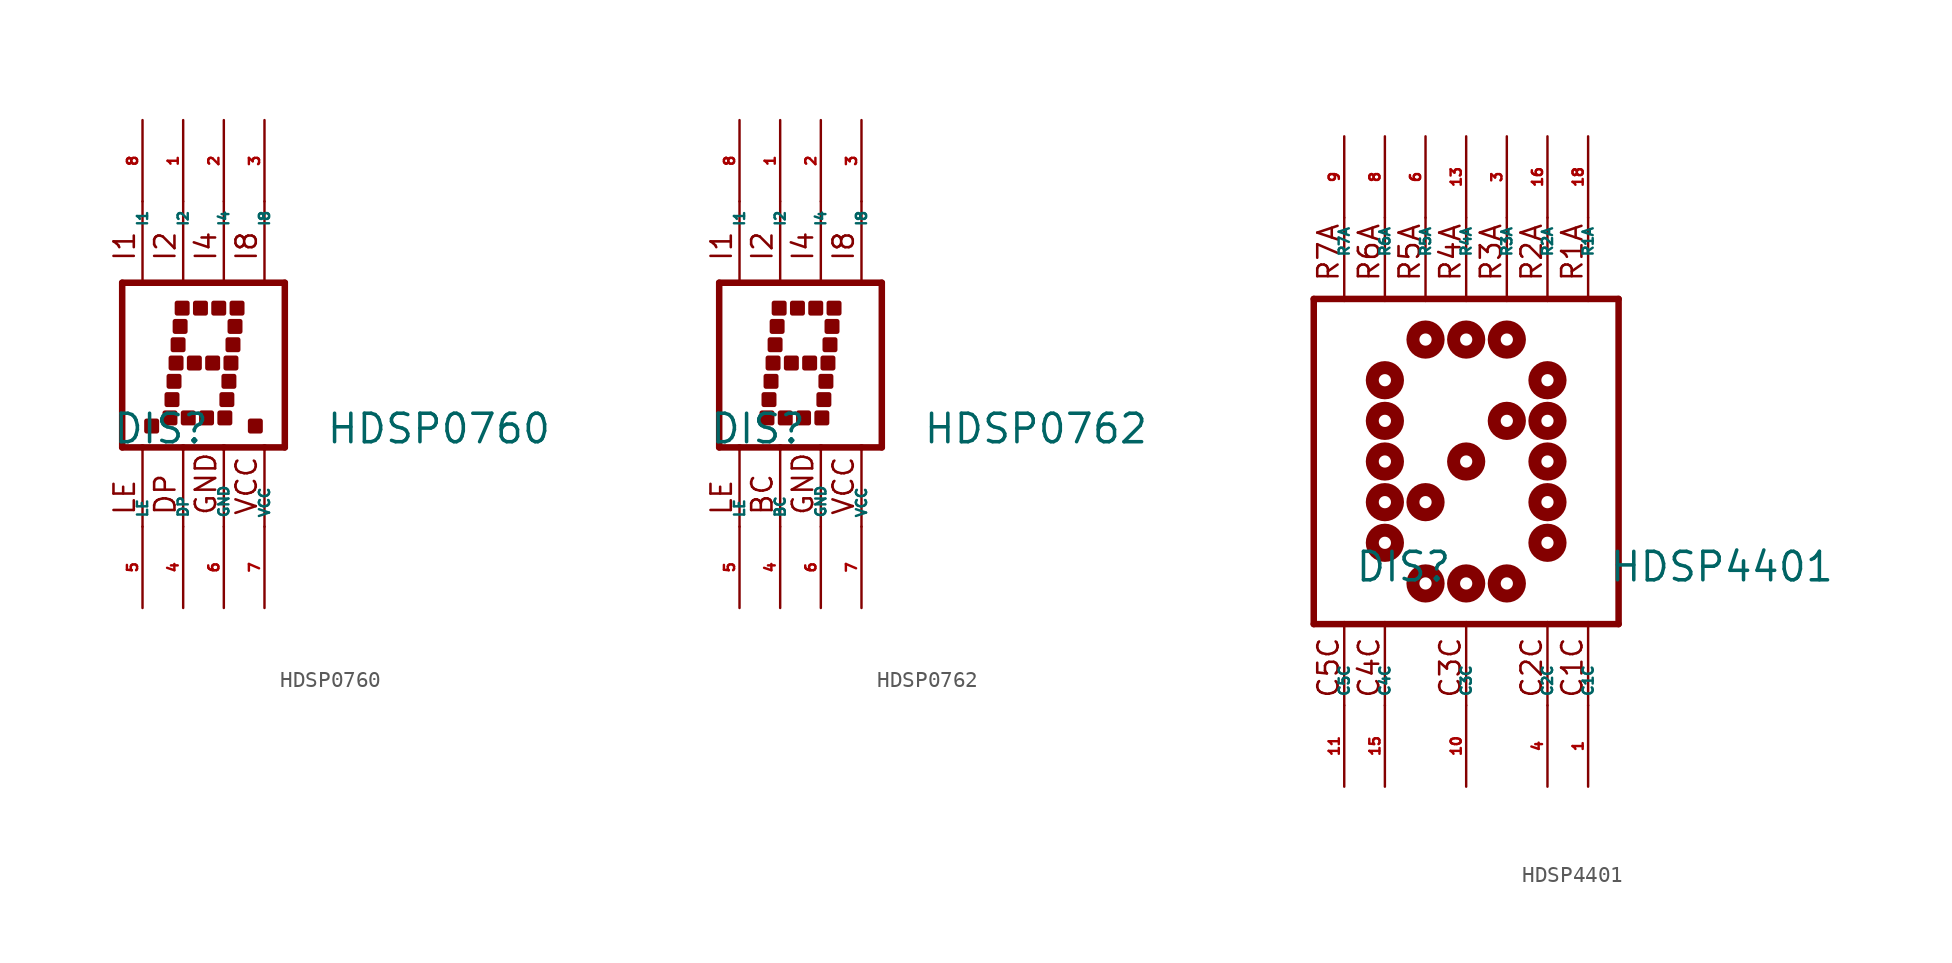
<source format=kicad_sym>
(kicad_symbol_lib
  (version 20220914)
  (generator Eagle2Kicad)
  (symbol "HDSP0760"
    (property "Reference" "DIS"
      (at -6.985 -5.08 0)
      (effects (font (size 1.778 1.778) (thickness 0.22)) (justify left bottom)))
    (property "Value" "HDSP0760"
      (at 6.35 -5.08 0)
      (effects (font (size 1.778 1.778) (thickness 0.22)) (justify left bottom)))
    (polyline
      (pts (xy -6.35 -5.207) (xy -5.08 -5.207))
      (stroke (width 0.406) (type default))
      (fill (type none)))
    (polyline
      (pts (xy -6.35 5.08) (xy 3.81 5.08))
      (stroke (width 0.406) (type default))
      (fill (type none)))
    (polyline
      (pts (xy -6.35 -5.207) (xy -6.35 5.08))
      (stroke (width 0.406) (type default))
      (fill (type none)))
    (polyline
      (pts (xy 3.81 5.08) (xy 3.81 -5.207))
      (stroke (width 0.406) (type default))
      (fill (type none)))
    (polyline
      (pts (xy -5.08 -10.16) (xy -5.08 -5.207))
      (stroke (width 0.152) (type default))
      (fill (type none)))
    (polyline
      (pts (xy -5.08 5.207) (xy -5.08 10.16))
      (stroke (width 0.152) (type default))
      (fill (type none)))
    (polyline
      (pts (xy -5.08 -5.207) (xy -2.54 -5.207))
      (stroke (width 0.406) (type default))
      (fill (type none)))
    (polyline
      (pts (xy -2.54 -10.16) (xy -2.54 -5.207))
      (stroke (width 0.152) (type default))
      (fill (type none)))
    (polyline
      (pts (xy -2.54 -5.207) (xy 0 -5.207))
      (stroke (width 0.406) (type default))
      (fill (type none)))
    (polyline
      (pts (xy 0 -10.16) (xy 0 -5.207))
      (stroke (width 0.152) (type default))
      (fill (type none)))
    (polyline
      (pts (xy 0 -5.207) (xy 2.54 -5.207))
      (stroke (width 0.406) (type default))
      (fill (type none)))
    (polyline
      (pts (xy 2.54 -10.16) (xy 2.54 -5.207))
      (stroke (width 0.152) (type default))
      (fill (type none)))
    (polyline
      (pts (xy 2.54 -5.207) (xy 3.81 -5.207))
      (stroke (width 0.406) (type default))
      (fill (type none)))
    (polyline
      (pts (xy -2.54 5.207) (xy -2.54 10.16))
      (stroke (width 0.152) (type default))
      (fill (type none)))
    (polyline
      (pts (xy 0 5.207) (xy 0 10.16))
      (stroke (width 0.152) (type default))
      (fill (type none)))
    (polyline
      (pts (xy 2.54 5.207) (xy 2.54 10.16))
      (stroke (width 0.152) (type default))
      (fill (type none)))
    (text "LE"
      (at -5.461 -9.525 900)
      (effects (font (size 1.27 1.27) (thickness 0.16)) (justify left bottom)))
    (text "I1"
      (at -5.461 6.35 900)
      (effects (font (size 1.27 1.27) (thickness 0.16)) (justify left bottom)))
    (text "I2"
      (at -2.921 6.35 900)
      (effects (font (size 1.27 1.27) (thickness 0.16)) (justify left bottom)))
    (text "I4"
      (at -0.381 6.35 900)
      (effects (font (size 1.27 1.27) (thickness 0.16)) (justify left bottom)))
    (text "I8"
      (at 2.159 6.35 900)
      (effects (font (size 1.27 1.27) (thickness 0.16)) (justify left bottom)))
    (text "DP"
      (at -2.921 -9.525 900)
      (effects (font (size 1.27 1.27) (thickness 0.16)) (justify left bottom)))
    (text "GND"
      (at -0.381 -9.525 900)
      (effects (font (size 1.27 1.27) (thickness 0.16)) (justify left bottom)))
    (text "VCC"
      (at 2.159 -9.525 900)
      (effects (font (size 1.27 1.27) (thickness 0.16)) (justify left bottom)))
    (rectangle
      (start -2.921 3.175)
      (end -2.286 3.81)
      (stroke (width 0.3) (type default))
      (fill (type outline)))
    (rectangle
      (start -1.778 3.175)
      (end -1.143 3.81)
      (stroke (width 0.3) (type default))
      (fill (type outline)))
    (rectangle
      (start -0.635 3.175)
      (end 0 3.81)
      (stroke (width 0.3) (type default))
      (fill (type outline)))
    (rectangle
      (start 0.508 3.175)
      (end 1.143 3.81)
      (stroke (width 0.3) (type default))
      (fill (type outline)))
    (rectangle
      (start -3.048 2.032)
      (end -2.413 2.667)
      (stroke (width 0.3) (type default))
      (fill (type outline)))
    (rectangle
      (start -3.175 0.889)
      (end -2.54 1.524)
      (stroke (width 0.3) (type default))
      (fill (type outline)))
    (rectangle
      (start -3.302 -0.254)
      (end -2.667 0.381)
      (stroke (width 0.3) (type default))
      (fill (type outline)))
    (rectangle
      (start -3.429 -1.397)
      (end -2.794 -0.762)
      (stroke (width 0.3) (type default))
      (fill (type outline)))
    (rectangle
      (start -3.556 -2.54)
      (end -2.921 -1.905)
      (stroke (width 0.3) (type default))
      (fill (type outline)))
    (rectangle
      (start -2.159 -0.254)
      (end -1.524 0.381)
      (stroke (width 0.3) (type default))
      (fill (type outline)))
    (rectangle
      (start -3.683 -3.683)
      (end -3.048 -3.048)
      (stroke (width 0.3) (type default))
      (fill (type outline)))
    (rectangle
      (start -1.016 -0.254)
      (end -0.381 0.381)
      (stroke (width 0.3) (type default))
      (fill (type outline)))
    (rectangle
      (start 0.127 -0.254)
      (end 0.762 0.381)
      (stroke (width 0.3) (type default))
      (fill (type outline)))
    (rectangle
      (start 0.381 2.032)
      (end 1.016 2.667)
      (stroke (width 0.3) (type default))
      (fill (type outline)))
    (rectangle
      (start 0.254 0.889)
      (end 0.889 1.524)
      (stroke (width 0.3) (type default))
      (fill (type outline)))
    (rectangle
      (start 0 -1.397)
      (end 0.635 -0.762)
      (stroke (width 0.3) (type default))
      (fill (type outline)))
    (rectangle
      (start -0.127 -2.54)
      (end 0.508 -1.905)
      (stroke (width 0.3) (type default))
      (fill (type outline)))
    (rectangle
      (start -0.254 -3.683)
      (end 0.381 -3.048)
      (stroke (width 0.3) (type default))
      (fill (type outline)))
    (rectangle
      (start -2.54 -3.683)
      (end -1.905 -3.048)
      (stroke (width 0.3) (type default))
      (fill (type outline)))
    (rectangle
      (start -1.397 -3.683)
      (end -0.762 -3.048)
      (stroke (width 0.3) (type default))
      (fill (type outline)))
    (rectangle
      (start 1.651 -4.191)
      (end 2.286 -3.556)
      (stroke (width 0.3) (type default))
      (fill (type outline)))
    (rectangle
      (start -4.826 -4.191)
      (end -4.191 -3.556)
      (stroke (width 0.3) (type default))
      (fill (type outline)))
    (pin input line
      (at -5.08 15.24 270)
      (length 5.08)
      (name "I1" (effects (font (size 0.635 0.635) (thickness 0.08)) (justify left bottom)))
      (number "8" (effects (font (size 0.635 0.635) (thickness 0.08)) (justify left bottom))))
    (pin input line
      (at -2.54 15.24 270)
      (length 5.08)
      (name "I2" (effects (font (size 0.635 0.635) (thickness 0.08)) (justify left bottom)))
      (number "1" (effects (font (size 0.635 0.635) (thickness 0.08)) (justify left bottom))))
    (pin input line
      (at 0 15.24 270)
      (length 5.08)
      (name "I4" (effects (font (size 0.635 0.635) (thickness 0.08)) (justify left bottom)))
      (number "2" (effects (font (size 0.635 0.635) (thickness 0.08)) (justify left bottom))))
    (pin input line
      (at 2.54 15.24 270)
      (length 5.08)
      (name "I8" (effects (font (size 0.635 0.635) (thickness 0.08)) (justify left bottom)))
      (number "3" (effects (font (size 0.635 0.635) (thickness 0.08)) (justify left bottom))))
    (pin input line
      (at -5.08 -15.24 90)
      (length 5.08)
      (name "LE" (effects (font (size 0.635 0.635) (thickness 0.08)) (justify left bottom)))
      (number "5" (effects (font (size 0.635 0.635) (thickness 0.08)) (justify left bottom))))
    (pin input line
      (at -2.54 -15.24 90)
      (length 5.08)
      (name "DP" (effects (font (size 0.635 0.635) (thickness 0.08)) (justify left bottom)))
      (number "4" (effects (font (size 0.635 0.635) (thickness 0.08)) (justify left bottom))))
    (pin unspecified line
      (at 0 -15.24 90)
      (length 5.08)
      (name "GND" (effects (font (size 0.635 0.635) (thickness 0.08)) (justify left bottom)))
      (number "6" (effects (font (size 0.635 0.635) (thickness 0.08)) (justify left bottom))))
    (pin unspecified line
      (at 2.54 -15.24 90)
      (length 5.08)
      (name "VCC" (effects (font (size 0.635 0.635) (thickness 0.08)) (justify left bottom)))
      (number "7" (effects (font (size 0.635 0.635) (thickness 0.08)) (justify left bottom)))))
  (symbol "HDSP0762"
    (property "Reference" "DIS"
      (at -6.985 -5.08 0)
      (effects (font (size 1.778 1.778) (thickness 0.22)) (justify left bottom)))
    (property "Value" "HDSP0762"
      (at 6.35 -5.08 0)
      (effects (font (size 1.778 1.778) (thickness 0.22)) (justify left bottom)))
    (polyline
      (pts (xy -6.35 -5.207) (xy -5.08 -5.207))
      (stroke (width 0.406) (type default))
      (fill (type none)))
    (polyline
      (pts (xy -6.35 5.08) (xy 3.81 5.08))
      (stroke (width 0.406) (type default))
      (fill (type none)))
    (polyline
      (pts (xy -6.35 -5.207) (xy -6.35 5.08))
      (stroke (width 0.406) (type default))
      (fill (type none)))
    (polyline
      (pts (xy 3.81 5.08) (xy 3.81 -5.207))
      (stroke (width 0.406) (type default))
      (fill (type none)))
    (polyline
      (pts (xy -5.08 -10.16) (xy -5.08 -5.207))
      (stroke (width 0.152) (type default))
      (fill (type none)))
    (polyline
      (pts (xy -5.08 5.207) (xy -5.08 10.16))
      (stroke (width 0.152) (type default))
      (fill (type none)))
    (polyline
      (pts (xy -5.08 -5.207) (xy -2.54 -5.207))
      (stroke (width 0.406) (type default))
      (fill (type none)))
    (polyline
      (pts (xy -2.54 -10.16) (xy -2.54 -5.207))
      (stroke (width 0.152) (type default))
      (fill (type none)))
    (polyline
      (pts (xy -2.54 -5.207) (xy 0 -5.207))
      (stroke (width 0.406) (type default))
      (fill (type none)))
    (polyline
      (pts (xy 0 -10.16) (xy 0 -5.207))
      (stroke (width 0.152) (type default))
      (fill (type none)))
    (polyline
      (pts (xy 0 -5.207) (xy 2.54 -5.207))
      (stroke (width 0.406) (type default))
      (fill (type none)))
    (polyline
      (pts (xy 2.54 -10.16) (xy 2.54 -5.207))
      (stroke (width 0.152) (type default))
      (fill (type none)))
    (polyline
      (pts (xy 2.54 -5.207) (xy 3.81 -5.207))
      (stroke (width 0.406) (type default))
      (fill (type none)))
    (polyline
      (pts (xy -2.54 5.207) (xy -2.54 10.16))
      (stroke (width 0.152) (type default))
      (fill (type none)))
    (polyline
      (pts (xy 0 5.207) (xy 0 10.16))
      (stroke (width 0.152) (type default))
      (fill (type none)))
    (polyline
      (pts (xy 2.54 5.207) (xy 2.54 10.16))
      (stroke (width 0.152) (type default))
      (fill (type none)))
    (text "LE"
      (at -5.461 -9.525 900)
      (effects (font (size 1.27 1.27) (thickness 0.16)) (justify left bottom)))
    (text "I1"
      (at -5.461 6.35 900)
      (effects (font (size 1.27 1.27) (thickness 0.16)) (justify left bottom)))
    (text "I2"
      (at -2.921 6.35 900)
      (effects (font (size 1.27 1.27) (thickness 0.16)) (justify left bottom)))
    (text "I4"
      (at -0.381 6.35 900)
      (effects (font (size 1.27 1.27) (thickness 0.16)) (justify left bottom)))
    (text "I8"
      (at 2.159 6.35 900)
      (effects (font (size 1.27 1.27) (thickness 0.16)) (justify left bottom)))
    (text "GND"
      (at -0.381 -9.525 900)
      (effects (font (size 1.27 1.27) (thickness 0.16)) (justify left bottom)))
    (text "VCC"
      (at 2.159 -9.525 900)
      (effects (font (size 1.27 1.27) (thickness 0.16)) (justify left bottom)))
    (text "BC"
      (at -2.921 -9.525 900)
      (effects (font (size 1.27 1.27) (thickness 0.16)) (justify left bottom)))
    (rectangle
      (start -2.921 3.175)
      (end -2.286 3.81)
      (stroke (width 0.3) (type default))
      (fill (type outline)))
    (rectangle
      (start -1.778 3.175)
      (end -1.143 3.81)
      (stroke (width 0.3) (type default))
      (fill (type outline)))
    (rectangle
      (start -0.635 3.175)
      (end 0 3.81)
      (stroke (width 0.3) (type default))
      (fill (type outline)))
    (rectangle
      (start 0.508 3.175)
      (end 1.143 3.81)
      (stroke (width 0.3) (type default))
      (fill (type outline)))
    (rectangle
      (start -3.048 2.032)
      (end -2.413 2.667)
      (stroke (width 0.3) (type default))
      (fill (type outline)))
    (rectangle
      (start -3.175 0.889)
      (end -2.54 1.524)
      (stroke (width 0.3) (type default))
      (fill (type outline)))
    (rectangle
      (start -3.302 -0.254)
      (end -2.667 0.381)
      (stroke (width 0.3) (type default))
      (fill (type outline)))
    (rectangle
      (start -3.429 -1.397)
      (end -2.794 -0.762)
      (stroke (width 0.3) (type default))
      (fill (type outline)))
    (rectangle
      (start -3.556 -2.54)
      (end -2.921 -1.905)
      (stroke (width 0.3) (type default))
      (fill (type outline)))
    (rectangle
      (start -2.159 -0.254)
      (end -1.524 0.381)
      (stroke (width 0.3) (type default))
      (fill (type outline)))
    (rectangle
      (start -3.683 -3.683)
      (end -3.048 -3.048)
      (stroke (width 0.3) (type default))
      (fill (type outline)))
    (rectangle
      (start -1.016 -0.254)
      (end -0.381 0.381)
      (stroke (width 0.3) (type default))
      (fill (type outline)))
    (rectangle
      (start 0.127 -0.254)
      (end 0.762 0.381)
      (stroke (width 0.3) (type default))
      (fill (type outline)))
    (rectangle
      (start 0.381 2.032)
      (end 1.016 2.667)
      (stroke (width 0.3) (type default))
      (fill (type outline)))
    (rectangle
      (start 0.254 0.889)
      (end 0.889 1.524)
      (stroke (width 0.3) (type default))
      (fill (type outline)))
    (rectangle
      (start 0 -1.397)
      (end 0.635 -0.762)
      (stroke (width 0.3) (type default))
      (fill (type outline)))
    (rectangle
      (start -0.127 -2.54)
      (end 0.508 -1.905)
      (stroke (width 0.3) (type default))
      (fill (type outline)))
    (rectangle
      (start -0.254 -3.683)
      (end 0.381 -3.048)
      (stroke (width 0.3) (type default))
      (fill (type outline)))
    (rectangle
      (start -2.54 -3.683)
      (end -1.905 -3.048)
      (stroke (width 0.3) (type default))
      (fill (type outline)))
    (rectangle
      (start -1.397 -3.683)
      (end -0.762 -3.048)
      (stroke (width 0.3) (type default))
      (fill (type outline)))
    (pin input line
      (at -5.08 15.24 270)
      (length 5.08)
      (name "I1" (effects (font (size 0.635 0.635) (thickness 0.08)) (justify left bottom)))
      (number "8" (effects (font (size 0.635 0.635) (thickness 0.08)) (justify left bottom))))
    (pin input line
      (at -2.54 15.24 270)
      (length 5.08)
      (name "I2" (effects (font (size 0.635 0.635) (thickness 0.08)) (justify left bottom)))
      (number "1" (effects (font (size 0.635 0.635) (thickness 0.08)) (justify left bottom))))
    (pin input line
      (at 0 15.24 270)
      (length 5.08)
      (name "I4" (effects (font (size 0.635 0.635) (thickness 0.08)) (justify left bottom)))
      (number "2" (effects (font (size 0.635 0.635) (thickness 0.08)) (justify left bottom))))
    (pin input line
      (at 2.54 15.24 270)
      (length 5.08)
      (name "I8" (effects (font (size 0.635 0.635) (thickness 0.08)) (justify left bottom)))
      (number "3" (effects (font (size 0.635 0.635) (thickness 0.08)) (justify left bottom))))
    (pin input line
      (at -5.08 -15.24 90)
      (length 5.08)
      (name "LE" (effects (font (size 0.635 0.635) (thickness 0.08)) (justify left bottom)))
      (number "5" (effects (font (size 0.635 0.635) (thickness 0.08)) (justify left bottom))))
    (pin input line
      (at -2.54 -15.24 90)
      (length 5.08)
      (name "BC" (effects (font (size 0.635 0.635) (thickness 0.08)) (justify left bottom)))
      (number "4" (effects (font (size 0.635 0.635) (thickness 0.08)) (justify left bottom))))
    (pin unspecified line
      (at 0 -15.24 90)
      (length 5.08)
      (name "GND" (effects (font (size 0.635 0.635) (thickness 0.08)) (justify left bottom)))
      (number "6" (effects (font (size 0.635 0.635) (thickness 0.08)) (justify left bottom))))
    (pin unspecified line
      (at 2.54 -15.24 90)
      (length 5.08)
      (name "VCC" (effects (font (size 0.635 0.635) (thickness 0.08)) (justify left bottom)))
      (number "7" (effects (font (size 0.635 0.635) (thickness 0.08)) (justify left bottom)))))
  (symbol "HDSP4401"
    (property "Reference" "DIS"
      (at -6.985 -7.62 0)
      (effects (font (size 1.778 1.778) (thickness 0.22)) (justify left bottom)))
    (property "Value" "HDSP4401"
      (at 8.89 -7.62 0)
      (effects (font (size 1.778 1.778) (thickness 0.22)) (justify left bottom)))
    (polyline
      (pts (xy -9.525 10.16) (xy 9.525 10.16))
      (stroke (width 0.406) (type default))
      (fill (type none)))
    (polyline
      (pts (xy 9.525 -10.16) (xy 9.525 10.16))
      (stroke (width 0.406) (type default))
      (fill (type none)))
    (polyline
      (pts (xy 9.525 -10.16) (xy -9.525 -10.16))
      (stroke (width 0.406) (type default))
      (fill (type none)))
    (polyline
      (pts (xy -9.525 10.16) (xy -9.525 -10.16))
      (stroke (width 0.406) (type default))
      (fill (type none)))
    (polyline
      (pts (xy 7.62 -10.033) (xy 7.62 -15.24))
      (stroke (width 0.152) (type default))
      (fill (type none)))
    (polyline
      (pts (xy 5.08 -10.033) (xy 5.08 -15.24))
      (stroke (width 0.152) (type default))
      (fill (type none)))
    (polyline
      (pts (xy 0 -10.033) (xy 0 -15.24))
      (stroke (width 0.152) (type default))
      (fill (type none)))
    (polyline
      (pts (xy -5.08 -10.033) (xy -5.08 -15.24))
      (stroke (width 0.152) (type default))
      (fill (type none)))
    (polyline
      (pts (xy -7.62 -10.033) (xy -7.62 -15.24))
      (stroke (width 0.152) (type default))
      (fill (type none)))
    (polyline
      (pts (xy 7.62 15.24) (xy 7.62 10.033))
      (stroke (width 0.152) (type default))
      (fill (type none)))
    (polyline
      (pts (xy 5.08 15.24) (xy 5.08 10.033))
      (stroke (width 0.152) (type default))
      (fill (type none)))
    (polyline
      (pts (xy 2.54 15.24) (xy 2.54 10.033))
      (stroke (width 0.152) (type default))
      (fill (type none)))
    (polyline
      (pts (xy 0 15.24) (xy 0 10.033))
      (stroke (width 0.152) (type default))
      (fill (type none)))
    (polyline
      (pts (xy -2.54 15.24) (xy -2.54 10.033))
      (stroke (width 0.152) (type default))
      (fill (type none)))
    (polyline
      (pts (xy -5.08 15.24) (xy -5.08 10.033))
      (stroke (width 0.152) (type default))
      (fill (type none)))
    (polyline
      (pts (xy -7.62 15.24) (xy -7.62 10.033))
      (stroke (width 0.152) (type default))
      (fill (type none)))
    (text "C1C"
      (at 7.366 -14.859 900)
      (effects (font (size 1.27 1.27) (thickness 0.16)) (justify left bottom)))
    (text "C2C"
      (at 4.826 -14.859 900)
      (effects (font (size 1.27 1.27) (thickness 0.16)) (justify left bottom)))
    (text "C3C"
      (at -0.254 -14.859 900)
      (effects (font (size 1.27 1.27) (thickness 0.16)) (justify left bottom)))
    (text "C4C"
      (at -5.334 -14.859 900)
      (effects (font (size 1.27 1.27) (thickness 0.16)) (justify left bottom)))
    (text "C5C"
      (at -7.874 -14.859 900)
      (effects (font (size 1.27 1.27) (thickness 0.16)) (justify left bottom)))
    (text "R1A"
      (at 7.366 11.176 900)
      (effects (font (size 1.27 1.27) (thickness 0.16)) (justify left bottom)))
    (text "R2A"
      (at 4.826 11.176 900)
      (effects (font (size 1.27 1.27) (thickness 0.16)) (justify left bottom)))
    (text "R3A"
      (at 2.286 11.176 900)
      (effects (font (size 1.27 1.27) (thickness 0.16)) (justify left bottom)))
    (text "R4A"
      (at -0.254 11.176 900)
      (effects (font (size 1.27 1.27) (thickness 0.16)) (justify left bottom)))
    (text "R5A"
      (at -2.794 11.176 900)
      (effects (font (size 1.27 1.27) (thickness 0.16)) (justify left bottom)))
    (text "R6A"
      (at -5.334 11.176 900)
      (effects (font (size 1.27 1.27) (thickness 0.16)) (justify left bottom)))
    (text "R7A"
      (at -7.874 11.176 900)
      (effects (font (size 1.27 1.27) (thickness 0.16)) (justify left bottom)))
    (circle
      (center 0 0)
      (radius 0.381)
      (stroke (width 0.813) (type default))
      (fill (type none)))
    (circle
      (center 5.08 0)
      (radius 0.381)
      (stroke (width 0.813) (type default))
      (fill (type none)))
    (circle
      (center 5.08 2.54)
      (radius 0.381)
      (stroke (width 0.813) (type default))
      (fill (type none)))
    (circle
      (center 5.08 -2.54)
      (radius 0.381)
      (stroke (width 0.813) (type default))
      (fill (type none)))
    (circle
      (center 2.54 -7.62)
      (radius 0.381)
      (stroke (width 0.813) (type default))
      (fill (type none)))
    (circle
      (center 0 -7.62)
      (radius 0.381)
      (stroke (width 0.813) (type default))
      (fill (type none)))
    (circle
      (center -2.54 -7.62)
      (radius 0.381)
      (stroke (width 0.813) (type default))
      (fill (type none)))
    (circle
      (center -5.08 -5.08)
      (radius 0.381)
      (stroke (width 0.813) (type default))
      (fill (type none)))
    (circle
      (center 5.08 -5.08)
      (radius 0.381)
      (stroke (width 0.813) (type default))
      (fill (type none)))
    (circle
      (center -5.08 -2.54)
      (radius 0.381)
      (stroke (width 0.813) (type default))
      (fill (type none)))
    (circle
      (center -5.08 0)
      (radius 0.381)
      (stroke (width 0.813) (type default))
      (fill (type none)))
    (circle
      (center -5.08 2.54)
      (radius 0.381)
      (stroke (width 0.813) (type default))
      (fill (type none)))
    (circle
      (center -5.08 5.08)
      (radius 0.381)
      (stroke (width 0.813) (type default))
      (fill (type none)))
    (circle
      (center -2.54 7.62)
      (radius 0.381)
      (stroke (width 0.813) (type default))
      (fill (type none)))
    (circle
      (center 0 7.62)
      (radius 0.381)
      (stroke (width 0.813) (type default))
      (fill (type none)))
    (circle
      (center 2.54 7.62)
      (radius 0.381)
      (stroke (width 0.813) (type default))
      (fill (type none)))
    (circle
      (center 5.08 5.08)
      (radius 0.381)
      (stroke (width 0.813) (type default))
      (fill (type none)))
    (circle
      (center 2.54 2.54)
      (radius 0.381)
      (stroke (width 0.813) (type default))
      (fill (type none)))
    (circle
      (center -2.54 -2.54)
      (radius 0.381)
      (stroke (width 0.813) (type default))
      (fill (type none)))
    (pin passive line
      (at 7.62 -20.32 90)
      (length 5.08)
      (name "C1C" (effects (font (size 0.635 0.635) (thickness 0.08)) (justify left bottom)))
      (number "1" (effects (font (size 0.635 0.635) (thickness 0.08)) (justify left bottom))))
    (pin passive line
      (at 5.08 -20.32 90)
      (length 5.08)
      (name "C2C" (effects (font (size 0.635 0.635) (thickness 0.08)) (justify left bottom)))
      (number "4" (effects (font (size 0.635 0.635) (thickness 0.08)) (justify left bottom))))
    (pin passive line
      (at 0 -20.32 90)
      (length 5.08)
      (name "C3C" (effects (font (size 0.635 0.635) (thickness 0.08)) (justify left bottom)))
      (number "10" (effects (font (size 0.635 0.635) (thickness 0.08)) (justify left bottom))))
    (pin passive line
      (at -5.08 -20.32 90)
      (length 5.08)
      (name "C4C" (effects (font (size 0.635 0.635) (thickness 0.08)) (justify left bottom)))
      (number "15" (effects (font (size 0.635 0.635) (thickness 0.08)) (justify left bottom))))
    (pin passive line
      (at -7.62 -20.32 90)
      (length 5.08)
      (name "C5C" (effects (font (size 0.635 0.635) (thickness 0.08)) (justify left bottom)))
      (number "11" (effects (font (size 0.635 0.635) (thickness 0.08)) (justify left bottom))))
    (pin passive line
      (at -7.62 20.32 270)
      (length 5.08)
      (name "R7A" (effects (font (size 0.635 0.635) (thickness 0.08)) (justify left bottom)))
      (number "9" (effects (font (size 0.635 0.635) (thickness 0.08)) (justify left bottom))))
    (pin passive line
      (at 7.62 20.32 270)
      (length 5.08)
      (name "R1A" (effects (font (size 0.635 0.635) (thickness 0.08)) (justify left bottom)))
      (number "18" (effects (font (size 0.635 0.635) (thickness 0.08)) (justify left bottom))))
    (pin passive line
      (at 5.08 20.32 270)
      (length 5.08)
      (name "R2A" (effects (font (size 0.635 0.635) (thickness 0.08)) (justify left bottom)))
      (number "16" (effects (font (size 0.635 0.635) (thickness 0.08)) (justify left bottom))))
    (pin passive line
      (at 2.54 20.32 270)
      (length 5.08)
      (name "R3A" (effects (font (size 0.635 0.635) (thickness 0.08)) (justify left bottom)))
      (number "3" (effects (font (size 0.635 0.635) (thickness 0.08)) (justify left bottom))))
    (pin passive line
      (at 0 20.32 270)
      (length 5.08)
      (name "R4A" (effects (font (size 0.635 0.635) (thickness 0.08)) (justify left bottom)))
      (number "13" (effects (font (size 0.635 0.635) (thickness 0.08)) (justify left bottom))))
    (pin passive line
      (at -2.54 20.32 270)
      (length 5.08)
      (name "R5A" (effects (font (size 0.635 0.635) (thickness 0.08)) (justify left bottom)))
      (number "6" (effects (font (size 0.635 0.635) (thickness 0.08)) (justify left bottom))))
    (pin passive line
      (at -5.08 20.32 270)
      (length 5.08)
      (name "R6A" (effects (font (size 0.635 0.635) (thickness 0.08)) (justify left bottom)))
      (number "8" (effects (font (size 0.635 0.635) (thickness 0.08)) (justify left bottom))))))
</source>
